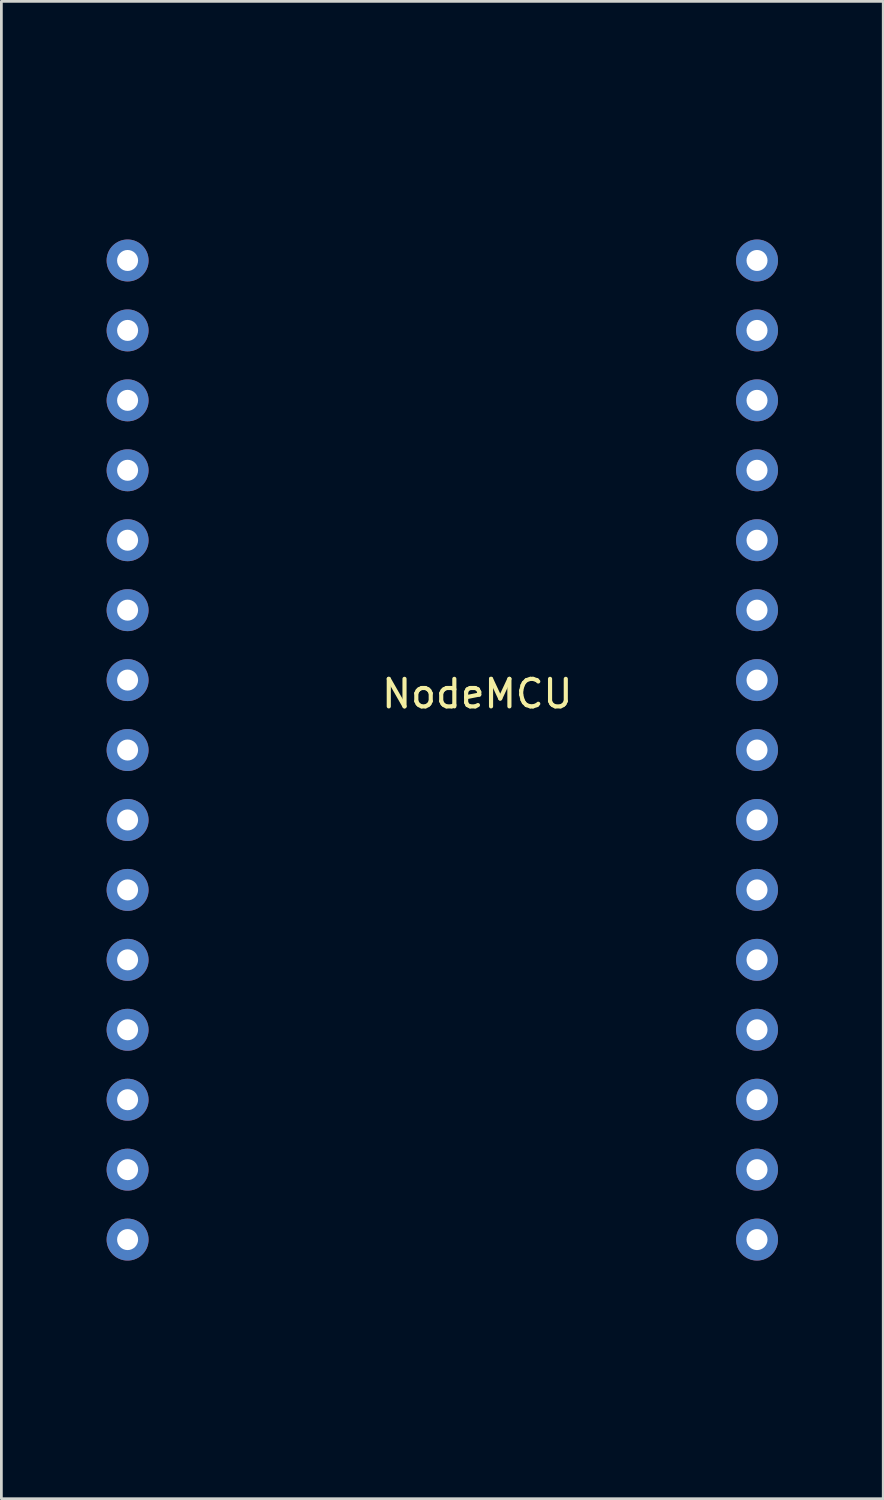
<source format=kicad_pcb>
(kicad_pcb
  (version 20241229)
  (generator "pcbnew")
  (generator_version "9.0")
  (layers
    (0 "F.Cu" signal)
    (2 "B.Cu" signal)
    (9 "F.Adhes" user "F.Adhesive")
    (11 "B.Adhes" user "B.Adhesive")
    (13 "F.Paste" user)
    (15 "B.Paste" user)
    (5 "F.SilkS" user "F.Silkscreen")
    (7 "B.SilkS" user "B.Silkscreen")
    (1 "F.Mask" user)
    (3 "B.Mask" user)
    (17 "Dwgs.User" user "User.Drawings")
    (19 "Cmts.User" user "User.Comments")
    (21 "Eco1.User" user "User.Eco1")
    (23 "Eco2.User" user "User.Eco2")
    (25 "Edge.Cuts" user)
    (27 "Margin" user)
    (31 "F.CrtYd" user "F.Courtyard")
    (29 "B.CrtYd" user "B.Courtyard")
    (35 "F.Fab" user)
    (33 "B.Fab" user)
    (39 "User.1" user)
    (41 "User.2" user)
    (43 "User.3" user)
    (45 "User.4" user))
  (footprint "NodeMCU"
    (layer "F.Cu")
    (at 14.284 21.65)
    (property "Reference" "NodeMCU" (at 0 0.5 0) (layer "F.SilkS") (effects (font (size 1 1) (thickness 0.15))))
    (attr through_hole)
    (fp_line (start -14.224 -17.78) (end -14.224 -21.59) (stroke (width 0.12) (type solid)) (layer "B.Paste"))
    (fp_line (start -14.224 22.86) (end -14.224 -17.78) (stroke (width 0.12) (type solid)) (layer "B.Paste"))
    (fp_line (start -14.224 22.86) (end -14.224 26.67) (stroke (width 0.12) (type solid)) (layer "B.Paste"))
    (fp_line (start 11.684 -21.59) (end -14.224 -21.59) (stroke (width 0.12) (type solid)) (layer "B.Paste"))
    (fp_line (start 11.684 -17.78) (end 11.684 -21.59) (stroke (width 0.12) (type solid)) (layer "B.Paste"))
    (fp_line (start 11.684 -17.78) (end 11.684 22.86) (stroke (width 0.12) (type solid)) (layer "B.Paste"))
    (fp_line (start 11.684 22.86) (end 11.684 26.67) (stroke (width 0.12) (type solid)) (layer "B.Paste"))
    (fp_line (start 11.684 26.67) (end -14.224 26.67) (stroke (width 0.12) (type solid)) (layer "B.Paste"))
    (pad "0" thru_hole circle (at -12.7 -15.24) (size 1.524 1.524) (drill 0.762) (layers "*.Cu" "*.Mask"))
    (pad "1" thru_hole circle (at -12.7 -12.7) (size 1.524 1.524) (drill 0.762) (layers "*.Cu" "*.Mask"))
    (pad "2" thru_hole circle (at -12.7 -10.16) (size 1.524 1.524) (drill 0.762) (layers "*.Cu" "*.Mask"))
    (pad "3" thru_hole circle (at -12.7 -7.62) (size 1.524 1.524) (drill 0.762) (layers "*.Cu" "*.Mask"))
    (pad "4" thru_hole circle (at -12.7 -5.08) (size 1.524 1.524) (drill 0.762) (layers "*.Cu" "*.Mask"))
    (pad "5" thru_hole circle (at -12.7 -2.54) (size 1.524 1.524) (drill 0.762) (layers "*.Cu" "*.Mask"))
    (pad "6" thru_hole circle (at -12.7 0) (size 1.524 1.524) (drill 0.762) (layers "*.Cu" "*.Mask"))
    (pad "7" thru_hole circle (at -12.7 2.54) (size 1.524 1.524) (drill 0.762) (layers "*.Cu" "*.Mask"))
    (pad "8" thru_hole circle (at -12.7 5.08) (size 1.524 1.524) (drill 0.762) (layers "*.Cu" "*.Mask"))
    (pad "9" thru_hole circle (at -12.7 7.62) (size 1.524 1.524) (drill 0.762) (layers "*.Cu" "*.Mask"))
    (pad "10" thru_hole circle (at -12.7 10.16) (size 1.524 1.524) (drill 0.762) (layers "*.Cu" "*.Mask"))
    (pad "11" thru_hole circle (at -12.7 12.7) (size 1.524 1.524) (drill 0.762) (layers "*.Cu" "*.Mask"))
    (pad "12" thru_hole circle (at -12.7 15.24) (size 1.524 1.524) (drill 0.762) (layers "*.Cu" "*.Mask"))
    (pad "13" thru_hole circle (at -12.7 17.78) (size 1.524 1.524) (drill 0.762) (layers "*.Cu" "*.Mask"))
    (pad "14" thru_hole circle (at -12.7 20.32) (size 1.524 1.524) (drill 0.762) (layers "*.Cu" "*.Mask"))
    (pad "15" thru_hole circle (at 10.16 -15.24) (size 1.524 1.524) (drill 0.762) (layers "*.Cu" "*.Mask"))
    (pad "16" thru_hole circle (at 10.16 -12.7) (size 1.524 1.524) (drill 0.762) (layers "*.Cu" "*.Mask"))
    (pad "17" thru_hole circle (at 10.16 -10.16) (size 1.524 1.524) (drill 0.762) (layers "*.Cu" "*.Mask"))
    (pad "18" thru_hole circle (at 10.16 -7.62) (size 1.524 1.524) (drill 0.762) (layers "*.Cu" "*.Mask"))
    (pad "19" thru_hole circle (at 10.16 -5.08) (size 1.524 1.524) (drill 0.762) (layers "*.Cu" "*.Mask"))
    (pad "20" thru_hole circle (at 10.16 -2.54) (size 1.524 1.524) (drill 0.762) (layers "*.Cu" "*.Mask"))
    (pad "21" thru_hole circle (at 10.16 0) (size 1.524 1.524) (drill 0.762) (layers "*.Cu" "*.Mask"))
    (pad "22" thru_hole circle (at 10.16 2.54) (size 1.524 1.524) (drill 0.762) (layers "*.Cu" "*.Mask"))
    (pad "23" thru_hole circle (at 10.16 5.08) (size 1.524 1.524) (drill 0.762) (layers "*.Cu" "*.Mask"))
    (pad "24" thru_hole circle (at 10.16 7.62) (size 1.524 1.524) (drill 0.762) (layers "*.Cu" "*.Mask"))
    (pad "25" thru_hole circle (at 10.16 10.16) (size 1.524 1.524) (drill 0.762) (layers "*.Cu" "*.Mask"))
    (pad "26" thru_hole circle (at 10.16 12.7) (size 1.524 1.524) (drill 0.762) (layers "*.Cu" "*.Mask"))
    (pad "27" thru_hole circle (at 10.16 15.24) (size 1.524 1.524) (drill 0.762) (layers "*.Cu" "*.Mask"))
    (pad "28" thru_hole circle (at 10.16 17.78) (size 1.524 1.524) (drill 0.762) (layers "*.Cu" "*.Mask"))
    (pad "29" thru_hole circle (at 10.16 20.32) (size 1.524 1.524) (drill 0.762) (layers "*.Cu" "*.Mask")))
  (gr_rect
    (start -3 -3)
    (end 29.028 51.38)
    (stroke (width 0.1) (type default))
    (fill no)
    (layer "Edge.Cuts")))
</source>
